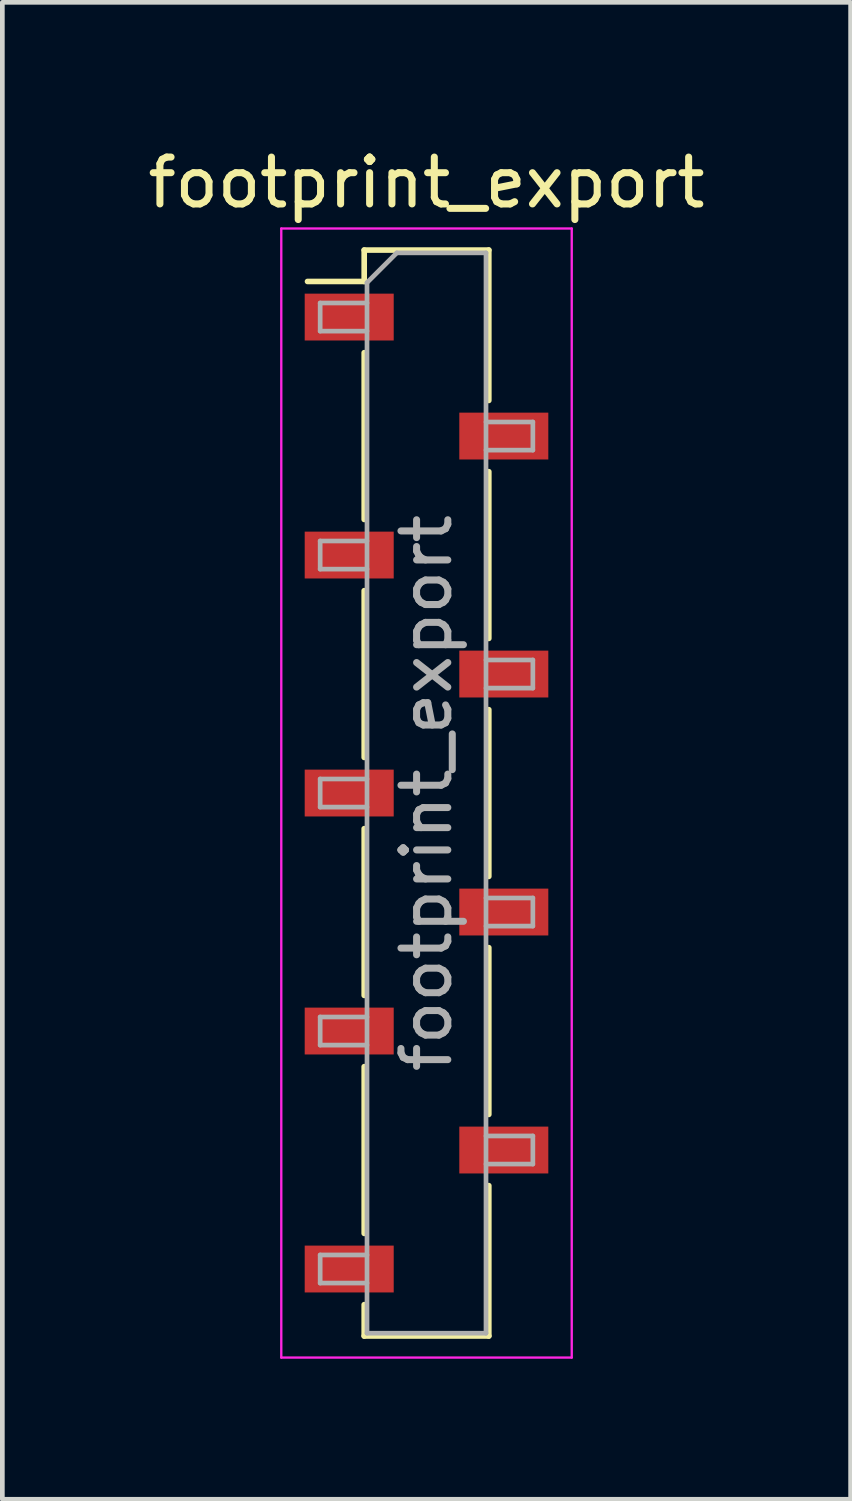
<source format=kicad_pcb>
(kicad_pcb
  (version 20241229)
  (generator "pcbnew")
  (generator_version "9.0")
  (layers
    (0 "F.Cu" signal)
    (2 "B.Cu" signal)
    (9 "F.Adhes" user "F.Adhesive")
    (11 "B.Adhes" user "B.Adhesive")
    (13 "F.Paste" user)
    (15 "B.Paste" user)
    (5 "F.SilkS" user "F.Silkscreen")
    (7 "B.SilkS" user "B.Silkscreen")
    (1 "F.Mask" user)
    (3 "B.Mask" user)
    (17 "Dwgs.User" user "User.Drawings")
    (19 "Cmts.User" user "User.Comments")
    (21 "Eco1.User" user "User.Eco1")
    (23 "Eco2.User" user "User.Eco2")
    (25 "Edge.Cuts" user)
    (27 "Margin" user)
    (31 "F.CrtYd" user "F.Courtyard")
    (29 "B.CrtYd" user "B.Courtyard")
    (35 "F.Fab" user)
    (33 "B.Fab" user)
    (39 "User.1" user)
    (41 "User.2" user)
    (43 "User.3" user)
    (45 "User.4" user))
  (footprint "footprint_export"
    (layer "F.Cu")
    (at 6.054 13.878)
    (property "Reference" "footprint_export" (at 0 -13.03 0) (layer "F.SilkS") (effects (font (size 1 1) (thickness 0.15))))
    (attr smd)
    (fp_line (start -2.54 -10.92) (end -1.33 -10.92) (stroke (width 0.12) (type solid)) (layer "F.SilkS"))
    (fp_line (start -1.33 -11.59) (end -1.33 -10.92) (stroke (width 0.12) (type solid)) (layer "F.SilkS"))
    (fp_line (start -1.33 -11.59) (end 1.33 -11.59) (stroke (width 0.12) (type solid)) (layer "F.SilkS"))
    (fp_line (start -1.33 -9.4) (end -1.33 -5.84) (stroke (width 0.12) (type solid)) (layer "F.SilkS"))
    (fp_line (start -1.33 -4.32) (end -1.33 -0.76) (stroke (width 0.12) (type solid)) (layer "F.SilkS"))
    (fp_line (start -1.33 0.76) (end -1.33 4.32) (stroke (width 0.12) (type solid)) (layer "F.SilkS"))
    (fp_line (start -1.33 5.84) (end -1.33 9.4) (stroke (width 0.12) (type solid)) (layer "F.SilkS"))
    (fp_line (start -1.33 10.92) (end -1.33 11.59) (stroke (width 0.12) (type solid)) (layer "F.SilkS"))
    (fp_line (start -1.33 11.59) (end 1.33 11.59) (stroke (width 0.12) (type solid)) (layer "F.SilkS"))
    (fp_line (start 1.33 -11.59) (end 1.33 -8.38) (stroke (width 0.12) (type solid)) (layer "F.SilkS"))
    (fp_line (start 1.33 -6.86) (end 1.33 -3.3) (stroke (width 0.12) (type solid)) (layer "F.SilkS"))
    (fp_line (start 1.33 -1.78) (end 1.33 1.78) (stroke (width 0.12) (type solid)) (layer "F.SilkS"))
    (fp_line (start 1.33 3.3) (end 1.33 6.86) (stroke (width 0.12) (type solid)) (layer "F.SilkS"))
    (fp_line (start 1.33 8.38) (end 1.33 11.59) (stroke (width 0.12) (type solid)) (layer "F.SilkS"))
    (fp_line (start -3.1 -12.05) (end 3.1 -12.05) (stroke (width 0.05) (type solid)) (layer "F.CrtYd"))
    (fp_line (start -3.1 12.05) (end -3.1 -12.05) (stroke (width 0.05) (type solid)) (layer "F.CrtYd"))
    (fp_line (start 3.1 -12.05) (end 3.1 12.05) (stroke (width 0.05) (type solid)) (layer "F.CrtYd"))
    (fp_line (start 3.1 12.05) (end -3.1 12.05) (stroke (width 0.05) (type solid)) (layer "F.CrtYd"))
    (fp_line (start -2.27 -10.46) (end -1.27 -10.46) (stroke (width 0.1) (type solid)) (layer "F.Fab"))
    (fp_line (start -2.27 -9.86) (end -2.27 -10.46) (stroke (width 0.1) (type solid)) (layer "F.Fab"))
    (fp_line (start -2.27 -5.38) (end -1.27 -5.38) (stroke (width 0.1) (type solid)) (layer "F.Fab"))
    (fp_line (start -2.27 -4.78) (end -2.27 -5.38) (stroke (width 0.1) (type solid)) (layer "F.Fab"))
    (fp_line (start -2.27 -0.3) (end -1.27 -0.3) (stroke (width 0.1) (type solid)) (layer "F.Fab"))
    (fp_line (start -2.27 0.3) (end -2.27 -0.3) (stroke (width 0.1) (type solid)) (layer "F.Fab"))
    (fp_line (start -2.27 4.78) (end -1.27 4.78) (stroke (width 0.1) (type solid)) (layer "F.Fab"))
    (fp_line (start -2.27 5.38) (end -2.27 4.78) (stroke (width 0.1) (type solid)) (layer "F.Fab"))
    (fp_line (start -2.27 9.86) (end -1.27 9.86) (stroke (width 0.1) (type solid)) (layer "F.Fab"))
    (fp_line (start -2.27 10.46) (end -2.27 9.86) (stroke (width 0.1) (type solid)) (layer "F.Fab"))
    (fp_line (start -1.27 -10.895) (end -0.635 -11.53) (stroke (width 0.1) (type solid)) (layer "F.Fab"))
    (fp_line (start -1.27 -9.86) (end -2.27 -9.86) (stroke (width 0.1) (type solid)) (layer "F.Fab"))
    (fp_line (start -1.27 -4.78) (end -2.27 -4.78) (stroke (width 0.1) (type solid)) (layer "F.Fab"))
    (fp_line (start -1.27 0.3) (end -2.27 0.3) (stroke (width 0.1) (type solid)) (layer "F.Fab"))
    (fp_line (start -1.27 5.38) (end -2.27 5.38) (stroke (width 0.1) (type solid)) (layer "F.Fab"))
    (fp_line (start -1.27 10.46) (end -2.27 10.46) (stroke (width 0.1) (type solid)) (layer "F.Fab"))
    (fp_line (start -1.27 11.53) (end -1.27 -10.895) (stroke (width 0.1) (type solid)) (layer "F.Fab"))
    (fp_line (start -0.635 -11.53) (end 1.27 -11.53) (stroke (width 0.1) (type solid)) (layer "F.Fab"))
    (fp_line (start 1.27 -11.53) (end 1.27 11.53) (stroke (width 0.1) (type solid)) (layer "F.Fab"))
    (fp_line (start 1.27 -7.92) (end 2.27 -7.92) (stroke (width 0.1) (type solid)) (layer "F.Fab"))
    (fp_line (start 1.27 -2.84) (end 2.27 -2.84) (stroke (width 0.1) (type solid)) (layer "F.Fab"))
    (fp_line (start 1.27 2.24) (end 2.27 2.24) (stroke (width 0.1) (type solid)) (layer "F.Fab"))
    (fp_line (start 1.27 7.32) (end 2.27 7.32) (stroke (width 0.1) (type solid)) (layer "F.Fab"))
    (fp_line (start 1.27 11.53) (end -1.27 11.53) (stroke (width 0.1) (type solid)) (layer "F.Fab"))
    (fp_line (start 2.27 -7.92) (end 2.27 -7.32) (stroke (width 0.1) (type solid)) (layer "F.Fab"))
    (fp_line (start 2.27 -7.32) (end 1.27 -7.32) (stroke (width 0.1) (type solid)) (layer "F.Fab"))
    (fp_line (start 2.27 -2.84) (end 2.27 -2.24) (stroke (width 0.1) (type solid)) (layer "F.Fab"))
    (fp_line (start 2.27 -2.24) (end 1.27 -2.24) (stroke (width 0.1) (type solid)) (layer "F.Fab"))
    (fp_line (start 2.27 2.24) (end 2.27 2.84) (stroke (width 0.1) (type solid)) (layer "F.Fab"))
    (fp_line (start 2.27 2.84) (end 1.27 2.84) (stroke (width 0.1) (type solid)) (layer "F.Fab"))
    (fp_line (start 2.27 7.32) (end 2.27 7.92) (stroke (width 0.1) (type solid)) (layer "F.Fab"))
    (fp_line (start 2.27 7.92) (end 1.27 7.92) (stroke (width 0.1) (type solid)) (layer "F.Fab"))
    (fp_text user "${REFERENCE}" (at 0 0 90) (layer "F.Fab") (effects (font (size 1 1) (thickness 0.15))))
    (pad "1" smd rect (at -1.65 -10.16) (size 1.9 1) (layers "F.Cu" "F.Mask" "F.Paste"))
    (pad "2" smd rect (at 1.65 -7.62) (size 1.9 1) (layers "F.Cu" "F.Mask" "F.Paste"))
    (pad "3" smd rect (at -1.65 -5.08) (size 1.9 1) (layers "F.Cu" "F.Mask" "F.Paste"))
    (pad "4" smd rect (at 1.65 -2.54) (size 1.9 1) (layers "F.Cu" "F.Mask" "F.Paste"))
    (pad "5" smd rect (at -1.65 0) (size 1.9 1) (layers "F.Cu" "F.Mask" "F.Paste"))
    (pad "6" smd rect (at 1.65 2.54) (size 1.9 1) (layers "F.Cu" "F.Mask" "F.Paste"))
    (pad "7" smd rect (at -1.65 5.08) (size 1.9 1) (layers "F.Cu" "F.Mask" "F.Paste"))
    (pad "8" smd rect (at 1.65 7.62) (size 1.9 1) (layers "F.Cu" "F.Mask" "F.Paste"))
    (pad "9" smd rect (at -1.65 10.16) (size 1.9 1) (layers "F.Cu" "F.Mask" "F.Paste")))
  (gr_rect
    (start -3 -3)
    (end 15.107 28.953)
    (stroke (width 0.1) (type default))
    (fill no)
    (layer "Edge.Cuts")))
</source>
